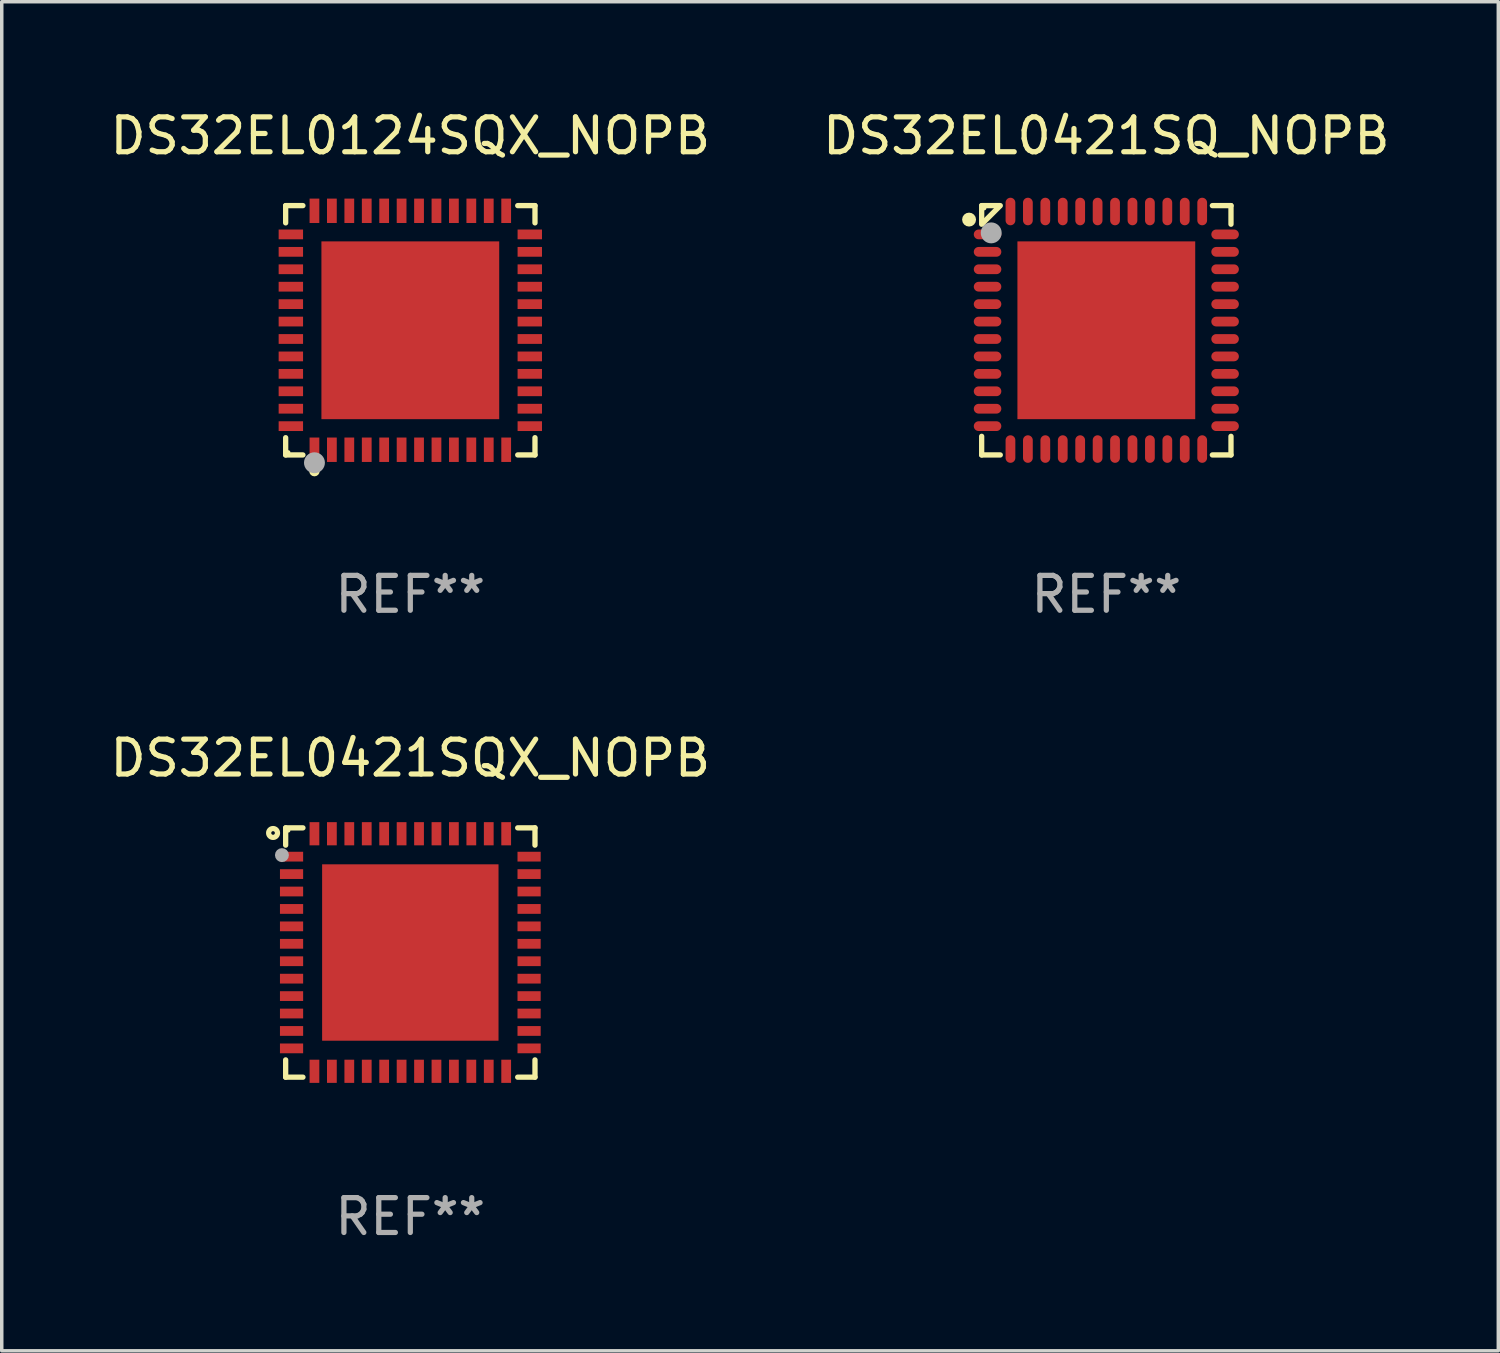
<source format=kicad_pcb>
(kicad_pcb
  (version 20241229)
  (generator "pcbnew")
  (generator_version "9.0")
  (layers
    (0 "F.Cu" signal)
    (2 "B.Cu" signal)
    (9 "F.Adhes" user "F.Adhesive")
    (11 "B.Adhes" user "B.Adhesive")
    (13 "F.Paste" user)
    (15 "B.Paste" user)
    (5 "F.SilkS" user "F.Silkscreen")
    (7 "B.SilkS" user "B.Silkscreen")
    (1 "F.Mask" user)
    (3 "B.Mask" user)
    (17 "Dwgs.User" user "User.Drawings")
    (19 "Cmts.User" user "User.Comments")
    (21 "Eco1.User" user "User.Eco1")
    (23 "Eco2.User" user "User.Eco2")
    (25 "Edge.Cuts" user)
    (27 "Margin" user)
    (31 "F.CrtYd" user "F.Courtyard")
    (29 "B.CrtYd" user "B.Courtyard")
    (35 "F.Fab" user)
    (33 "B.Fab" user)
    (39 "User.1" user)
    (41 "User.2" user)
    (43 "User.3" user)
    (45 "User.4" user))
  (footprint "DS32EL0421SQX_NOPB"
    (layer "F.Cu")
    (at 8.72 24.273)
    (property "Reference" "DS32EL0421SQX_NOPB" (at 0 -5.576 0) (layer "F.SilkS") (effects (font (size 1 1) (thickness 0.15))))
    (attr through_hole)
    (fp_line (start -3.576 -3.576) (end -3.576 -3.08) (stroke (width 0.152) (type solid)) (layer "F.SilkS"))
    (fp_line (start -3.576 3.576) (end -3.576 3.08) (stroke (width 0.152) (type solid)) (layer "F.SilkS"))
    (fp_line (start -3.08 -3.576) (end -3.576 -3.576) (stroke (width 0.152) (type solid)) (layer "F.SilkS"))
    (fp_line (start -3.08 3.576) (end -3.576 3.576) (stroke (width 0.152) (type solid)) (layer "F.SilkS"))
    (fp_line (start 3.08 -3.576) (end 3.576 -3.576) (stroke (width 0.152) (type solid)) (layer "F.SilkS"))
    (fp_line (start 3.08 3.576) (end 3.576 3.576) (stroke (width 0.152) (type solid)) (layer "F.SilkS"))
    (fp_line (start 3.576 -3.576) (end 3.576 -3.08) (stroke (width 0.152) (type solid)) (layer "F.SilkS"))
    (fp_line (start 3.576 3.576) (end 3.576 3.08) (stroke (width 0.152) (type solid)) (layer "F.SilkS"))
    (fp_circle (center -3.937 -3.429) (end -3.81 -3.429) (stroke (width 0.15) (type solid)) (fill no) (layer "F.SilkS"))
    (fp_circle (center -3.5 -3.5) (end -3.47 -3.5) (stroke (width 0.06) (type solid)) (fill no) (layer "F.SilkS"))
    (fp_circle (center -3.683 -2.794) (end -3.583 -2.794) (stroke (width 0.2) (type solid)) (fill no) (layer "F.Fab"))
    (fp_text user "REF**" (at 0 7.576 0) (layer "F.Fab") (effects (font (size 1 1) (thickness 0.15))))
    (pad "1" smd rect (at -3.407 -2.75) (size 0.665 0.28) (layers "F.Cu" "F.Mask" "F.Paste"))
    (pad "2" smd rect (at -3.407 -2.25) (size 0.665 0.28) (layers "F.Cu" "F.Mask" "F.Paste"))
    (pad "3" smd rect (at -3.407 -1.75) (size 0.665 0.28) (layers "F.Cu" "F.Mask" "F.Paste"))
    (pad "4" smd rect (at -3.407 -1.25) (size 0.665 0.28) (layers "F.Cu" "F.Mask" "F.Paste"))
    (pad "5" smd rect (at -3.407 -0.75) (size 0.665 0.28) (layers "F.Cu" "F.Mask" "F.Paste"))
    (pad "6" smd rect (at -3.407 -0.25) (size 0.665 0.28) (layers "F.Cu" "F.Mask" "F.Paste"))
    (pad "7" smd rect (at -3.407 0.25) (size 0.665 0.28) (layers "F.Cu" "F.Mask" "F.Paste"))
    (pad "8" smd rect (at -3.407 0.75) (size 0.665 0.28) (layers "F.Cu" "F.Mask" "F.Paste"))
    (pad "9" smd rect (at -3.407 1.25) (size 0.665 0.28) (layers "F.Cu" "F.Mask" "F.Paste"))
    (pad "10" smd rect (at -3.407 1.75) (size 0.665 0.28) (layers "F.Cu" "F.Mask" "F.Paste"))
    (pad "11" smd rect (at -3.407 2.25) (size 0.665 0.28) (layers "F.Cu" "F.Mask" "F.Paste"))
    (pad "12" smd rect (at -3.407 2.75) (size 0.665 0.28) (layers "F.Cu" "F.Mask" "F.Paste"))
    (pad "13" smd rect (at -2.75 3.407) (size 0.28 0.665) (layers "F.Cu" "F.Mask" "F.Paste"))
    (pad "14" smd rect (at -2.25 3.407) (size 0.28 0.665) (layers "F.Cu" "F.Mask" "F.Paste"))
    (pad "15" smd rect (at -1.75 3.407) (size 0.28 0.665) (layers "F.Cu" "F.Mask" "F.Paste"))
    (pad "16" smd rect (at -1.25 3.407) (size 0.28 0.665) (layers "F.Cu" "F.Mask" "F.Paste"))
    (pad "17" smd rect (at -0.75 3.407) (size 0.28 0.665) (layers "F.Cu" "F.Mask" "F.Paste"))
    (pad "18" smd rect (at -0.25 3.407) (size 0.28 0.665) (layers "F.Cu" "F.Mask" "F.Paste"))
    (pad "19" smd rect (at 0.25 3.407) (size 0.28 0.665) (layers "F.Cu" "F.Mask" "F.Paste"))
    (pad "20" smd rect (at 0.75 3.407) (size 0.28 0.665) (layers "F.Cu" "F.Mask" "F.Paste"))
    (pad "21" smd rect (at 1.25 3.407) (size 0.28 0.665) (layers "F.Cu" "F.Mask" "F.Paste"))
    (pad "22" smd rect (at 1.75 3.407) (size 0.28 0.665) (layers "F.Cu" "F.Mask" "F.Paste"))
    (pad "23" smd rect (at 2.25 3.407) (size 0.28 0.665) (layers "F.Cu" "F.Mask" "F.Paste"))
    (pad "24" smd rect (at 2.75 3.407) (size 0.28 0.665) (layers "F.Cu" "F.Mask" "F.Paste"))
    (pad "25" smd rect (at 3.407 2.75) (size 0.665 0.28) (layers "F.Cu" "F.Mask" "F.Paste"))
    (pad "26" smd rect (at 3.407 2.25) (size 0.665 0.28) (layers "F.Cu" "F.Mask" "F.Paste"))
    (pad "27" smd rect (at 3.407 1.75) (size 0.665 0.28) (layers "F.Cu" "F.Mask" "F.Paste"))
    (pad "28" smd rect (at 3.407 1.25) (size 0.665 0.28) (layers "F.Cu" "F.Mask" "F.Paste"))
    (pad "29" smd rect (at 3.407 0.75) (size 0.665 0.28) (layers "F.Cu" "F.Mask" "F.Paste"))
    (pad "30" smd rect (at 3.407 0.25) (size 0.665 0.28) (layers "F.Cu" "F.Mask" "F.Paste"))
    (pad "31" smd rect (at 3.407 -0.25) (size 0.665 0.28) (layers "F.Cu" "F.Mask" "F.Paste"))
    (pad "32" smd rect (at 3.407 -0.75) (size 0.665 0.28) (layers "F.Cu" "F.Mask" "F.Paste"))
    (pad "33" smd rect (at 3.407 -1.25) (size 0.665 0.28) (layers "F.Cu" "F.Mask" "F.Paste"))
    (pad "34" smd rect (at 3.407 -1.75) (size 0.665 0.28) (layers "F.Cu" "F.Mask" "F.Paste"))
    (pad "35" smd rect (at 3.407 -2.25) (size 0.665 0.28) (layers "F.Cu" "F.Mask" "F.Paste"))
    (pad "36" smd rect (at 3.407 -2.75) (size 0.665 0.28) (layers "F.Cu" "F.Mask" "F.Paste"))
    (pad "37" smd rect (at 2.75 -3.407) (size 0.28 0.665) (layers "F.Cu" "F.Mask" "F.Paste"))
    (pad "38" smd rect (at 2.25 -3.407) (size 0.28 0.665) (layers "F.Cu" "F.Mask" "F.Paste"))
    (pad "39" smd rect (at 1.75 -3.407) (size 0.28 0.665) (layers "F.Cu" "F.Mask" "F.Paste"))
    (pad "40" smd rect (at 1.25 -3.407) (size 0.28 0.665) (layers "F.Cu" "F.Mask" "F.Paste"))
    (pad "41" smd rect (at 0.75 -3.407) (size 0.28 0.665) (layers "F.Cu" "F.Mask" "F.Paste"))
    (pad "42" smd rect (at 0.25 -3.407) (size 0.28 0.665) (layers "F.Cu" "F.Mask" "F.Paste"))
    (pad "43" smd rect (at -0.25 -3.407) (size 0.28 0.665) (layers "F.Cu" "F.Mask" "F.Paste"))
    (pad "44" smd rect (at -0.75 -3.407) (size 0.28 0.665) (layers "F.Cu" "F.Mask" "F.Paste"))
    (pad "45" smd rect (at -1.25 -3.407) (size 0.28 0.665) (layers "F.Cu" "F.Mask" "F.Paste"))
    (pad "46" smd rect (at -1.75 -3.407) (size 0.28 0.665) (layers "F.Cu" "F.Mask" "F.Paste"))
    (pad "47" smd rect (at -2.25 -3.407) (size 0.28 0.665) (layers "F.Cu" "F.Mask" "F.Paste"))
    (pad "48" smd rect (at -2.75 -3.407) (size 0.28 0.665) (layers "F.Cu" "F.Mask" "F.Paste"))
    (pad "49" smd rect (at 0 0) (size 5.06 5.06) (layers "F.Cu" "F.Mask" "F.Paste")))
  (footprint "DS32EL0421SQ_NOPB"
    (layer "F.Cu")
    (at 28.685 6.424)
    (property "Reference" "DS32EL0421SQ_NOPB" (at 0 -5.576 0) (layer "F.SilkS") (effects (font (size 1 1) (thickness 0.15))))
    (attr through_hole)
    (fp_line (start -3.576 -3.576) (end -3.042 -3.576) (stroke (width 0.152) (type solid)) (layer "F.SilkS"))
    (fp_line (start -3.576 -3.042) (end -3.576 -3.576) (stroke (width 0.152) (type solid)) (layer "F.SilkS"))
    (fp_line (start -3.576 3.042) (end -3.576 3.576) (stroke (width 0.152) (type solid)) (layer "F.SilkS"))
    (fp_line (start -3.576 3.576) (end -3.042 3.576) (stroke (width 0.152) (type solid)) (layer "F.SilkS"))
    (fp_line (start -3.549 -3.069) (end -3.069 -3.549) (stroke (width 0.152) (type solid)) (layer "F.SilkS"))
    (fp_line (start 3.576 -3.576) (end 3.042 -3.576) (stroke (width 0.152) (type solid)) (layer "F.SilkS"))
    (fp_line (start 3.576 -3.042) (end 3.576 -3.576) (stroke (width 0.152) (type solid)) (layer "F.SilkS"))
    (fp_line (start 3.576 3.042) (end 3.576 3.576) (stroke (width 0.152) (type solid)) (layer "F.SilkS"))
    (fp_line (start 3.576 3.576) (end 3.042 3.576) (stroke (width 0.152) (type solid)) (layer "F.SilkS"))
    (fp_circle (center -3.937 -3.175) (end -3.837 -3.175) (stroke (width 0.2) (type solid)) (fill no) (layer "F.SilkS"))
    (fp_circle (center -3.5 -3.5) (end -3.47 -3.5) (stroke (width 0.06) (type solid)) (fill no) (layer "F.SilkS"))
    (fp_circle (center -3.302 -2.794) (end -3.152 -2.794) (stroke (width 0.3) (type solid)) (fill no) (layer "F.Fab"))
    (fp_text user "REF**" (at 0 7.576 0) (layer "F.Fab") (effects (font (size 1 1) (thickness 0.15))))
    (pad "1" smd oval (at -3.407 -2.75) (size 0.79 0.28) (layers "F.Cu" "F.Mask" "F.Paste"))
    (pad "2" smd oval (at -3.407 -2.25) (size 0.79 0.28) (layers "F.Cu" "F.Mask" "F.Paste"))
    (pad "3" smd oval (at -3.407 -1.75) (size 0.79 0.28) (layers "F.Cu" "F.Mask" "F.Paste"))
    (pad "4" smd oval (at -3.407 -1.25) (size 0.79 0.28) (layers "F.Cu" "F.Mask" "F.Paste"))
    (pad "5" smd oval (at -3.407 -0.75) (size 0.79 0.28) (layers "F.Cu" "F.Mask" "F.Paste"))
    (pad "6" smd oval (at -3.407 -0.25) (size 0.79 0.28) (layers "F.Cu" "F.Mask" "F.Paste"))
    (pad "7" smd oval (at -3.407 0.25) (size 0.79 0.28) (layers "F.Cu" "F.Mask" "F.Paste"))
    (pad "8" smd oval (at -3.407 0.75) (size 0.79 0.28) (layers "F.Cu" "F.Mask" "F.Paste"))
    (pad "9" smd oval (at -3.407 1.25) (size 0.79 0.28) (layers "F.Cu" "F.Mask" "F.Paste"))
    (pad "10" smd oval (at -3.407 1.75) (size 0.79 0.28) (layers "F.Cu" "F.Mask" "F.Paste"))
    (pad "11" smd oval (at -3.407 2.25) (size 0.79 0.28) (layers "F.Cu" "F.Mask" "F.Paste"))
    (pad "12" smd oval (at -3.407 2.75) (size 0.79 0.28) (layers "F.Cu" "F.Mask" "F.Paste"))
    (pad "13" smd oval (at -2.75 3.407) (size 0.28 0.79) (layers "F.Cu" "F.Mask" "F.Paste"))
    (pad "14" smd oval (at -2.25 3.407) (size 0.28 0.79) (layers "F.Cu" "F.Mask" "F.Paste"))
    (pad "15" smd oval (at -1.75 3.407) (size 0.28 0.79) (layers "F.Cu" "F.Mask" "F.Paste"))
    (pad "16" smd oval (at -1.25 3.407) (size 0.28 0.79) (layers "F.Cu" "F.Mask" "F.Paste"))
    (pad "17" smd oval (at -0.75 3.407) (size 0.28 0.79) (layers "F.Cu" "F.Mask" "F.Paste"))
    (pad "18" smd oval (at -0.25 3.407) (size 0.28 0.79) (layers "F.Cu" "F.Mask" "F.Paste"))
    (pad "19" smd oval (at 0.25 3.407) (size 0.28 0.79) (layers "F.Cu" "F.Mask" "F.Paste"))
    (pad "20" smd oval (at 0.75 3.407) (size 0.28 0.79) (layers "F.Cu" "F.Mask" "F.Paste"))
    (pad "21" smd oval (at 1.25 3.407) (size 0.28 0.79) (layers "F.Cu" "F.Mask" "F.Paste"))
    (pad "22" smd oval (at 1.75 3.407) (size 0.28 0.79) (layers "F.Cu" "F.Mask" "F.Paste"))
    (pad "23" smd oval (at 2.25 3.407) (size 0.28 0.79) (layers "F.Cu" "F.Mask" "F.Paste"))
    (pad "24" smd oval (at 2.75 3.407) (size 0.28 0.79) (layers "F.Cu" "F.Mask" "F.Paste"))
    (pad "25" smd oval (at 3.407 2.75) (size 0.79 0.28) (layers "F.Cu" "F.Mask" "F.Paste"))
    (pad "26" smd oval (at 3.407 2.25) (size 0.79 0.28) (layers "F.Cu" "F.Mask" "F.Paste"))
    (pad "27" smd oval (at 3.407 1.75) (size 0.79 0.28) (layers "F.Cu" "F.Mask" "F.Paste"))
    (pad "28" smd oval (at 3.407 1.25) (size 0.79 0.28) (layers "F.Cu" "F.Mask" "F.Paste"))
    (pad "29" smd oval (at 3.407 0.75) (size 0.79 0.28) (layers "F.Cu" "F.Mask" "F.Paste"))
    (pad "30" smd oval (at 3.407 0.25) (size 0.79 0.28) (layers "F.Cu" "F.Mask" "F.Paste"))
    (pad "31" smd oval (at 3.407 -0.25) (size 0.79 0.28) (layers "F.Cu" "F.Mask" "F.Paste"))
    (pad "32" smd oval (at 3.407 -0.75) (size 0.79 0.28) (layers "F.Cu" "F.Mask" "F.Paste"))
    (pad "33" smd oval (at 3.407 -1.25) (size 0.79 0.28) (layers "F.Cu" "F.Mask" "F.Paste"))
    (pad "34" smd oval (at 3.407 -1.75) (size 0.79 0.28) (layers "F.Cu" "F.Mask" "F.Paste"))
    (pad "35" smd oval (at 3.407 -2.25) (size 0.79 0.28) (layers "F.Cu" "F.Mask" "F.Paste"))
    (pad "36" smd oval (at 3.407 -2.75) (size 0.79 0.28) (layers "F.Cu" "F.Mask" "F.Paste"))
    (pad "37" smd oval (at 2.75 -3.407) (size 0.28 0.79) (layers "F.Cu" "F.Mask" "F.Paste"))
    (pad "38" smd oval (at 2.25 -3.407) (size 0.28 0.79) (layers "F.Cu" "F.Mask" "F.Paste"))
    (pad "39" smd oval (at 1.75 -3.407) (size 0.28 0.79) (layers "F.Cu" "F.Mask" "F.Paste"))
    (pad "40" smd oval (at 1.25 -3.407) (size 0.28 0.79) (layers "F.Cu" "F.Mask" "F.Paste"))
    (pad "41" smd oval (at 0.75 -3.407) (size 0.28 0.79) (layers "F.Cu" "F.Mask" "F.Paste"))
    (pad "42" smd oval (at 0.25 -3.407) (size 0.28 0.79) (layers "F.Cu" "F.Mask" "F.Paste"))
    (pad "43" smd oval (at -0.25 -3.407) (size 0.28 0.79) (layers "F.Cu" "F.Mask" "F.Paste"))
    (pad "44" smd oval (at -0.75 -3.407) (size 0.28 0.79) (layers "F.Cu" "F.Mask" "F.Paste"))
    (pad "45" smd oval (at -1.25 -3.407) (size 0.28 0.79) (layers "F.Cu" "F.Mask" "F.Paste"))
    (pad "46" smd oval (at -1.75 -3.407) (size 0.28 0.79) (layers "F.Cu" "F.Mask" "F.Paste"))
    (pad "47" smd oval (at -2.25 -3.407) (size 0.28 0.79) (layers "F.Cu" "F.Mask" "F.Paste"))
    (pad "48" smd oval (at -2.75 -3.407) (size 0.28 0.79) (layers "F.Cu" "F.Mask" "F.Paste"))
    (pad "49" smd rect (at 0 0) (size 5.1 5.1) (layers "F.Cu" "F.Mask" "F.Paste")))
  (footprint "DS32EL0124SQX_NOPB"
    (layer "F.Cu")
    (at 8.72 6.424)
    (property "Reference" "DS32EL0124SQX_NOPB" (at 0 -5.576 0) (layer "F.SilkS") (effects (font (size 1 1) (thickness 0.15))))
    (attr through_hole)
    (fp_line (start -3.576 -3.576) (end -3.081 -3.576) (stroke (width 0.152) (type solid)) (layer "F.SilkS"))
    (fp_line (start -3.576 -3.081) (end -3.576 -3.576) (stroke (width 0.152) (type solid)) (layer "F.SilkS"))
    (fp_line (start -3.576 3.081) (end -3.576 3.576) (stroke (width 0.152) (type solid)) (layer "F.SilkS"))
    (fp_line (start -3.576 3.576) (end -3.081 3.576) (stroke (width 0.152) (type solid)) (layer "F.SilkS"))
    (fp_line (start 3.576 -3.576) (end 3.081 -3.576) (stroke (width 0.152) (type solid)) (layer "F.SilkS"))
    (fp_line (start 3.576 -3.081) (end 3.576 -3.576) (stroke (width 0.152) (type solid)) (layer "F.SilkS"))
    (fp_line (start 3.576 3.081) (end 3.576 3.576) (stroke (width 0.152) (type solid)) (layer "F.SilkS"))
    (fp_line (start 3.576 3.576) (end 3.081 3.576) (stroke (width 0.152) (type solid)) (layer "F.SilkS"))
    (fp_circle (center -3.5 3.5) (end -3.47 3.5) (stroke (width 0.06) (type solid)) (fill no) (layer "F.SilkS"))
    (fp_circle (center -2.75 4.04) (end -2.675 4.04) (stroke (width 0.15) (type solid)) (fill no) (layer "F.SilkS"))
    (fp_circle (center -2.75 3.8) (end -2.6 3.8) (stroke (width 0.3) (type solid)) (fill no) (layer "F.Fab"))
    (fp_text user "REF**" (at 0 7.576 0) (layer "F.Fab") (effects (font (size 1 1) (thickness 0.15))))
    (pad "1" smd rect (at -2.75 3.427) (size 0.28 0.7) (layers "F.Cu" "F.Mask" "F.Paste"))
    (pad "2" smd rect (at -2.25 3.427) (size 0.28 0.7) (layers "F.Cu" "F.Mask" "F.Paste"))
    (pad "3" smd rect (at -1.75 3.427) (size 0.28 0.7) (layers "F.Cu" "F.Mask" "F.Paste"))
    (pad "4" smd rect (at -1.25 3.427) (size 0.28 0.7) (layers "F.Cu" "F.Mask" "F.Paste"))
    (pad "5" smd rect (at -0.75 3.427) (size 0.28 0.7) (layers "F.Cu" "F.Mask" "F.Paste"))
    (pad "6" smd rect (at -0.25 3.427) (size 0.28 0.7) (layers "F.Cu" "F.Mask" "F.Paste"))
    (pad "7" smd rect (at 0.25 3.427) (size 0.28 0.7) (layers "F.Cu" "F.Mask" "F.Paste"))
    (pad "8" smd rect (at 0.75 3.427) (size 0.28 0.7) (layers "F.Cu" "F.Mask" "F.Paste"))
    (pad "9" smd rect (at 1.25 3.427) (size 0.28 0.7) (layers "F.Cu" "F.Mask" "F.Paste"))
    (pad "10" smd rect (at 1.75 3.427) (size 0.28 0.7) (layers "F.Cu" "F.Mask" "F.Paste"))
    (pad "11" smd rect (at 2.25 3.427) (size 0.28 0.7) (layers "F.Cu" "F.Mask" "F.Paste"))
    (pad "12" smd rect (at 2.75 3.427) (size 0.28 0.7) (layers "F.Cu" "F.Mask" "F.Paste"))
    (pad "13" smd rect (at 3.427 2.75) (size 0.7 0.28) (layers "F.Cu" "F.Mask" "F.Paste"))
    (pad "14" smd rect (at 3.427 2.25) (size 0.7 0.28) (layers "F.Cu" "F.Mask" "F.Paste"))
    (pad "15" smd rect (at 3.427 1.75) (size 0.7 0.28) (layers "F.Cu" "F.Mask" "F.Paste"))
    (pad "16" smd rect (at 3.427 1.25) (size 0.7 0.28) (layers "F.Cu" "F.Mask" "F.Paste"))
    (pad "17" smd rect (at 3.427 0.75) (size 0.7 0.28) (layers "F.Cu" "F.Mask" "F.Paste"))
    (pad "18" smd rect (at 3.427 0.25) (size 0.7 0.28) (layers "F.Cu" "F.Mask" "F.Paste"))
    (pad "19" smd rect (at 3.427 -0.25) (size 0.7 0.28) (layers "F.Cu" "F.Mask" "F.Paste"))
    (pad "20" smd rect (at 3.427 -0.75) (size 0.7 0.28) (layers "F.Cu" "F.Mask" "F.Paste"))
    (pad "21" smd rect (at 3.427 -1.25) (size 0.7 0.28) (layers "F.Cu" "F.Mask" "F.Paste"))
    (pad "22" smd rect (at 3.427 -1.75) (size 0.7 0.28) (layers "F.Cu" "F.Mask" "F.Paste"))
    (pad "23" smd rect (at 3.427 -2.25) (size 0.7 0.28) (layers "F.Cu" "F.Mask" "F.Paste"))
    (pad "24" smd rect (at 3.427 -2.75) (size 0.7 0.28) (layers "F.Cu" "F.Mask" "F.Paste"))
    (pad "25" smd rect (at 2.75 -3.427) (size 0.28 0.7) (layers "F.Cu" "F.Mask" "F.Paste"))
    (pad "26" smd rect (at 2.25 -3.427) (size 0.28 0.7) (layers "F.Cu" "F.Mask" "F.Paste"))
    (pad "27" smd rect (at 1.75 -3.427) (size 0.28 0.7) (layers "F.Cu" "F.Mask" "F.Paste"))
    (pad "28" smd rect (at 1.25 -3.427) (size 0.28 0.7) (layers "F.Cu" "F.Mask" "F.Paste"))
    (pad "29" smd rect (at 0.75 -3.427) (size 0.28 0.7) (layers "F.Cu" "F.Mask" "F.Paste"))
    (pad "30" smd rect (at 0.25 -3.427) (size 0.28 0.7) (layers "F.Cu" "F.Mask" "F.Paste"))
    (pad "31" smd rect (at -0.25 -3.427) (size 0.28 0.7) (layers "F.Cu" "F.Mask" "F.Paste"))
    (pad "32" smd rect (at -0.75 -3.427) (size 0.28 0.7) (layers "F.Cu" "F.Mask" "F.Paste"))
    (pad "33" smd rect (at -1.25 -3.427) (size 0.28 0.7) (layers "F.Cu" "F.Mask" "F.Paste"))
    (pad "34" smd rect (at -1.75 -3.427) (size 0.28 0.7) (layers "F.Cu" "F.Mask" "F.Paste"))
    (pad "35" smd rect (at -2.25 -3.427) (size 0.28 0.7) (layers "F.Cu" "F.Mask" "F.Paste"))
    (pad "36" smd rect (at -2.75 -3.427) (size 0.28 0.7) (layers "F.Cu" "F.Mask" "F.Paste"))
    (pad "37" smd rect (at -3.427 -2.75) (size 0.7 0.28) (layers "F.Cu" "F.Mask" "F.Paste"))
    (pad "38" smd rect (at -3.427 -2.25) (size 0.7 0.28) (layers "F.Cu" "F.Mask" "F.Paste"))
    (pad "39" smd rect (at -3.427 -1.75) (size 0.7 0.28) (layers "F.Cu" "F.Mask" "F.Paste"))
    (pad "40" smd rect (at -3.427 -1.25) (size 0.7 0.28) (layers "F.Cu" "F.Mask" "F.Paste"))
    (pad "41" smd rect (at -3.427 -0.75) (size 0.7 0.28) (layers "F.Cu" "F.Mask" "F.Paste"))
    (pad "42" smd rect (at -3.427 -0.25) (size 0.7 0.28) (layers "F.Cu" "F.Mask" "F.Paste"))
    (pad "43" smd rect (at -3.427 0.25) (size 0.7 0.28) (layers "F.Cu" "F.Mask" "F.Paste"))
    (pad "44" smd rect (at -3.427 0.75) (size 0.7 0.28) (layers "F.Cu" "F.Mask" "F.Paste"))
    (pad "45" smd rect (at -3.427 1.25) (size 0.7 0.28) (layers "F.Cu" "F.Mask" "F.Paste"))
    (pad "46" smd rect (at -3.427 1.75) (size 0.7 0.28) (layers "F.Cu" "F.Mask" "F.Paste"))
    (pad "47" smd rect (at -3.427 2.25) (size 0.7 0.28) (layers "F.Cu" "F.Mask" "F.Paste"))
    (pad "48" smd rect (at -3.427 2.75) (size 0.7 0.28) (layers "F.Cu" "F.Mask" "F.Paste"))
    (pad "49" smd rect (at 0 0) (size 5.1 5.1) (layers "F.Cu" "F.Mask" "F.Paste")))
  (gr_rect
    (start -3 -3)
    (end 39.929 35.698)
    (stroke (width 0.1) (type default))
    (fill no)
    (layer "Edge.Cuts")))
</source>
